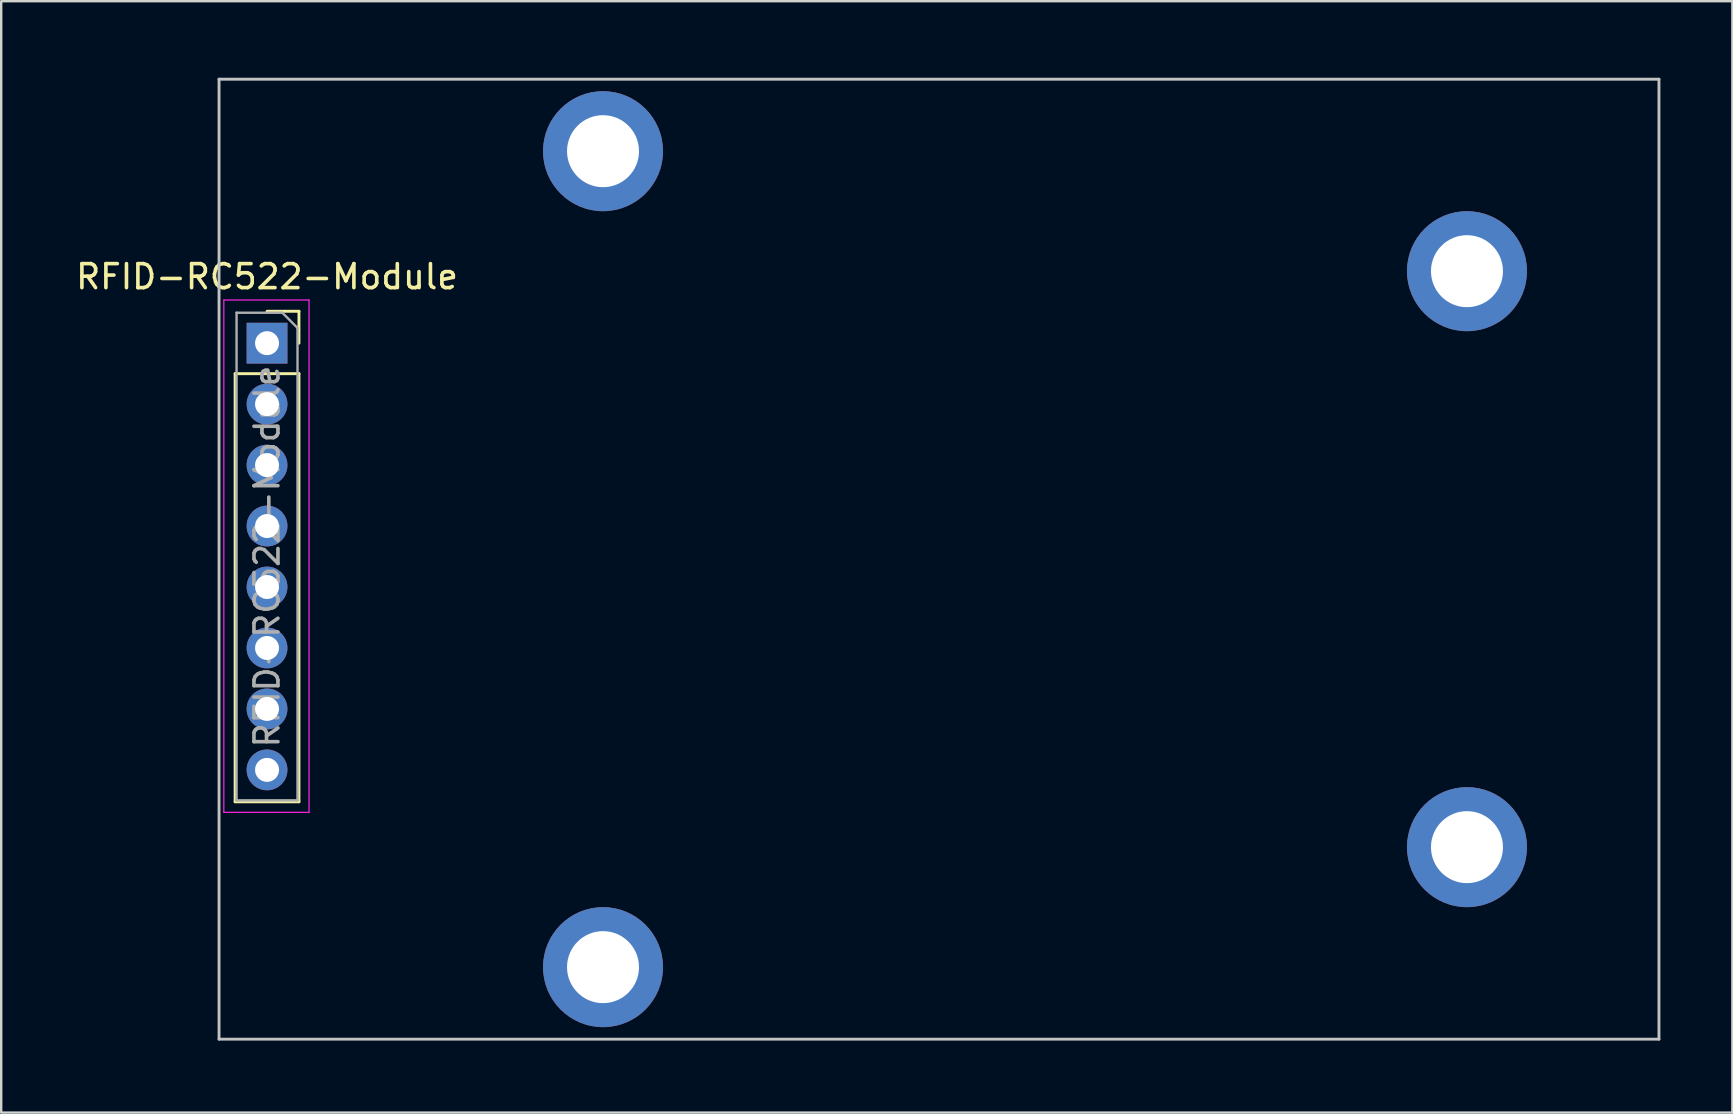
<source format=kicad_pcb>
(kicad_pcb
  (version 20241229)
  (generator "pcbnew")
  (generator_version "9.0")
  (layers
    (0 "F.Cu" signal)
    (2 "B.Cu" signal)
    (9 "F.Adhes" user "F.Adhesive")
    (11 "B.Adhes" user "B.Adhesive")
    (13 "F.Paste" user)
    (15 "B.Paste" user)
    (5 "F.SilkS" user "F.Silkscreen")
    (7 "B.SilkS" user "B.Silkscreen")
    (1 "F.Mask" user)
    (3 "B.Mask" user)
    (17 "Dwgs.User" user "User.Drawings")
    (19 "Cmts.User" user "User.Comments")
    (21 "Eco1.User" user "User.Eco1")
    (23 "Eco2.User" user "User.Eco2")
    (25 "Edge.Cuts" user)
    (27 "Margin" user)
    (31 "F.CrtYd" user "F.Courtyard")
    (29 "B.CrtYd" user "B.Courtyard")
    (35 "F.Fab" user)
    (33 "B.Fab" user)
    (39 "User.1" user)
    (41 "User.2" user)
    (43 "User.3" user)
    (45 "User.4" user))
  (footprint "RFID-RC522-Module"
    (layer "F.Cu")
    (at 6.077 0.25)
    (property "Reference" "RFID-RC522-Module" (at 2 8.23 0) (layer "F.SilkS") (effects (font (size 1 1) (thickness 0.15))))
    (attr through_hole)
    (fp_line (start 0.67 12.27) (end 0.67 30.11) (stroke (width 0.12) (type solid)) (layer "F.SilkS"))
    (fp_line (start 0.67 12.27) (end 3.33 12.27) (stroke (width 0.12) (type solid)) (layer "F.SilkS"))
    (fp_line (start 0.67 30.11) (end 3.33 30.11) (stroke (width 0.12) (type solid)) (layer "F.SilkS"))
    (fp_line (start 2 9.67) (end 3.33 9.67) (stroke (width 0.12) (type solid)) (layer "F.SilkS"))
    (fp_line (start 3.33 9.67) (end 3.33 11) (stroke (width 0.12) (type solid)) (layer "F.SilkS"))
    (fp_line (start 3.33 12.27) (end 3.33 30.11) (stroke (width 0.12) (type solid)) (layer "F.SilkS"))
    (fp_line (start 0 0) (end 60 0) (stroke (width 0.12) (type solid)) (layer "Dwgs.User"))
    (fp_line (start 0 40) (end 0 0) (stroke (width 0.12) (type solid)) (layer "Dwgs.User"))
    (fp_line (start 0 40) (end 60 40) (stroke (width 0.12) (type solid)) (layer "Dwgs.User"))
    (fp_line (start 60 0) (end 60 40) (stroke (width 0.12) (type solid)) (layer "Dwgs.User"))
    (fp_line (start 0.2 9.2) (end 3.75 9.2) (stroke (width 0.05) (type solid)) (layer "F.CrtYd"))
    (fp_line (start 0.2 30.55) (end 0.2 9.2) (stroke (width 0.05) (type solid)) (layer "F.CrtYd"))
    (fp_line (start 3.75 9.2) (end 3.75 30.55) (stroke (width 0.05) (type solid)) (layer "F.CrtYd"))
    (fp_line (start 3.75 30.55) (end 0.2 30.55) (stroke (width 0.05) (type solid)) (layer "F.CrtYd"))
    (fp_line (start 0.73 9.73) (end 2.635 9.73) (stroke (width 0.1) (type solid)) (layer "F.Fab"))
    (fp_line (start 0.73 30.05) (end 0.73 9.73) (stroke (width 0.1) (type solid)) (layer "F.Fab"))
    (fp_line (start 2.635 9.73) (end 3.27 10.365) (stroke (width 0.1) (type solid)) (layer "F.Fab"))
    (fp_line (start 3.27 10.365) (end 3.27 30.05) (stroke (width 0.1) (type solid)) (layer "F.Fab"))
    (fp_line (start 3.27 30.05) (end 0.73 30.05) (stroke (width 0.1) (type solid)) (layer "F.Fab"))
    (fp_text user "${REFERENCE}" (at 2 19.89 90) (layer "F.Fab") (effects (font (size 1 1) (thickness 0.15))))
    (pad "" np_thru_hole circle (at 16 3) (size 5 5) (drill 3) (layers "*.Cu" "*.Mask"))
    (pad "" np_thru_hole circle (at 16 37) (size 5 5) (drill 3) (layers "*.Cu" "*.Mask"))
    (pad "" np_thru_hole circle (at 52 8) (size 5 5) (drill 3) (layers "*.Cu" "*.Mask"))
    (pad "" np_thru_hole circle (at 52 32) (size 5 5) (drill 3) (layers "*.Cu" "*.Mask"))
    (pad "1" thru_hole rect (at 2 11) (size 1.7 1.7) (drill 1) (layers "*.Cu" "*.Mask"))
    (pad "2" thru_hole oval (at 2 13.54) (size 1.7 1.7) (drill 1) (layers "*.Cu" "*.Mask"))
    (pad "3" thru_hole oval (at 2 16.08) (size 1.7 1.7) (drill 1) (layers "*.Cu" "*.Mask"))
    (pad "4" thru_hole oval (at 2 18.62) (size 1.7 1.7) (drill 1) (layers "*.Cu" "*.Mask"))
    (pad "5" thru_hole oval (at 2 21.16) (size 1.7 1.7) (drill 1) (layers "*.Cu" "*.Mask"))
    (pad "6" thru_hole oval (at 2 23.7) (size 1.7 1.7) (drill 1) (layers "*.Cu" "*.Mask"))
    (pad "7" thru_hole oval (at 2 26.24) (size 1.7 1.7) (drill 1) (layers "*.Cu" "*.Mask"))
    (pad "8" thru_hole oval (at 2 28.78) (size 1.7 1.7) (drill 1) (layers "*.Cu" "*.Mask")))
  (gr_rect
    (start -3 -3)
    (end 69.137 43.31)
    (stroke (width 0.1) (type default))
    (fill no)
    (layer "Edge.Cuts")))
</source>
